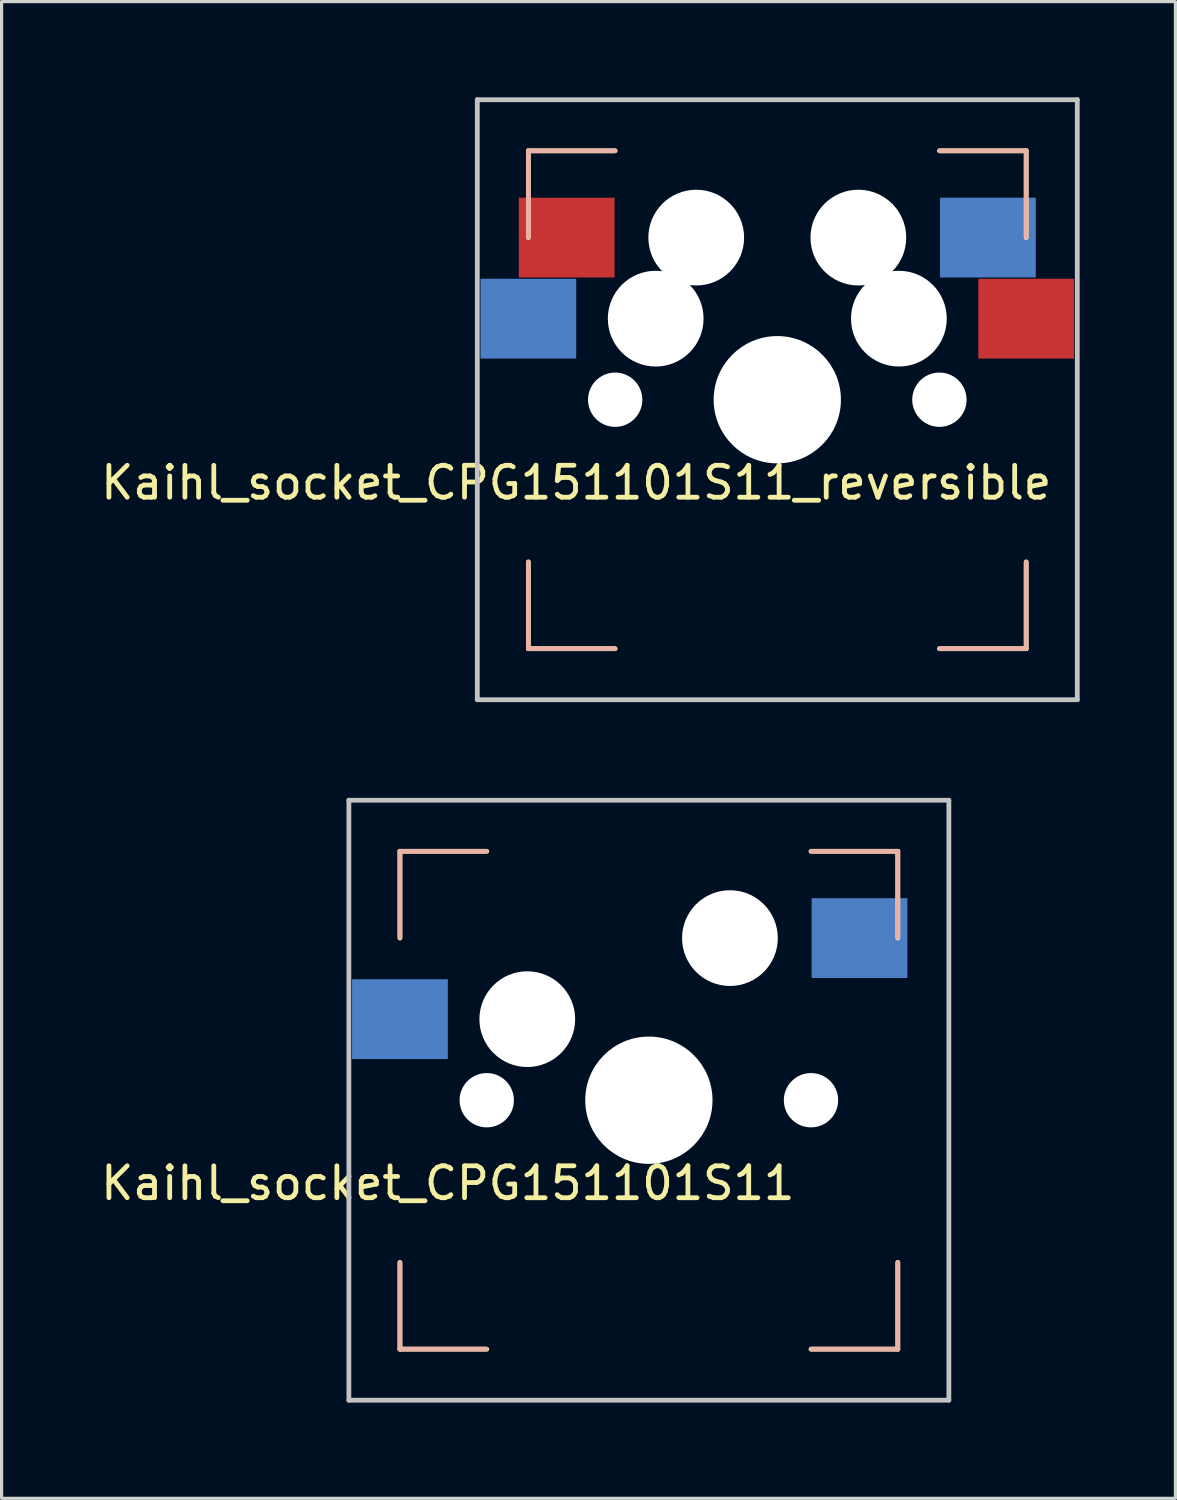
<source format=kicad_pcb>
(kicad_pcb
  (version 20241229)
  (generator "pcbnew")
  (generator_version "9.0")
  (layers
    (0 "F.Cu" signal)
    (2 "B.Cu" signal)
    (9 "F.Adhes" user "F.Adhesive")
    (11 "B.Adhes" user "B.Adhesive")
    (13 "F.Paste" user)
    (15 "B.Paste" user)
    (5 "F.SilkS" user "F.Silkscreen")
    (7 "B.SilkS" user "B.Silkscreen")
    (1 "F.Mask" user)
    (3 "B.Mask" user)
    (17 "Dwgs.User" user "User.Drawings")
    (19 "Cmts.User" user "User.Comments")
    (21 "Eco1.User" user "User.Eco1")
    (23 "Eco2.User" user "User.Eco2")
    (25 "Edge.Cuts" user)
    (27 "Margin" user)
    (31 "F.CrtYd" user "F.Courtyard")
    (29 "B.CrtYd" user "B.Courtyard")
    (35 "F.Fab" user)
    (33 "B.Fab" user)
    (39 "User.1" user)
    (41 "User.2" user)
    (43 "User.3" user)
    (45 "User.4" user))
  (footprint "Kaihl_socket_CPG151101S11_reversible"
    (layer "F.Cu")
    (at 21.306 9.475)
    (property "Reference" "Kaihl_socket_CPG151101S11_reversible" (at -6.3 2.6 0) (layer "F.SilkS") (effects (font (size 1 1) (thickness 0.15))))
    (attr through_hole)
    (fp_line (start -7.8 -7.8) (end -5.08 -7.8) (stroke (width 0.15) (type solid)) (layer "F.SilkS"))
    (fp_line (start -7.8 -5.08) (end -7.8 -7.8) (stroke (width 0.15) (type solid)) (layer "F.SilkS"))
    (fp_line (start -7.8 5.08) (end -7.8 7.8) (stroke (width 0.15) (type solid)) (layer "F.SilkS"))
    (fp_line (start -7.8 7.8) (end -5.08 7.8) (stroke (width 0.15) (type solid)) (layer "F.SilkS"))
    (fp_line (start 5.08 7.8) (end 7.8 7.8) (stroke (width 0.15) (type solid)) (layer "F.SilkS"))
    (fp_line (start 7.8 -7.8) (end 5.08 -7.8) (stroke (width 0.15) (type solid)) (layer "F.SilkS"))
    (fp_line (start 7.8 -5.08) (end 7.8 -7.8) (stroke (width 0.15) (type solid)) (layer "F.SilkS"))
    (fp_line (start 7.8 7.8) (end 7.8 5.08) (stroke (width 0.15) (type solid)) (layer "F.SilkS"))
    (fp_line (start -7.8 -7.8) (end -5.1 -7.8) (stroke (width 0.15) (type solid)) (layer "B.SilkS"))
    (fp_line (start -7.8 -5.1) (end -7.8 -7.8) (stroke (width 0.15) (type solid)) (layer "B.SilkS"))
    (fp_line (start -7.8 7.8) (end -7.8 5.1) (stroke (width 0.15) (type solid)) (layer "B.SilkS"))
    (fp_line (start -5.1 7.8) (end -7.8 7.8) (stroke (width 0.15) (type solid)) (layer "B.SilkS"))
    (fp_line (start 5.1 -7.8) (end 7.8 -7.8) (stroke (width 0.15) (type solid)) (layer "B.SilkS"))
    (fp_line (start 7.8 -7.8) (end 7.8 -5.1) (stroke (width 0.15) (type solid)) (layer "B.SilkS"))
    (fp_line (start 7.8 5.1) (end 7.8 7.8) (stroke (width 0.15) (type solid)) (layer "B.SilkS"))
    (fp_line (start 7.8 7.8) (end 5.1 7.8) (stroke (width 0.15) (type solid)) (layer "B.SilkS"))
    (fp_line (start -9.4 -9.4) (end 9.4 -9.4) (stroke (width 0.15) (type solid)) (layer "Dwgs.User"))
    (fp_line (start -9.4 9.4) (end -9.4 -9.4) (stroke (width 0.15) (type solid)) (layer "Dwgs.User"))
    (fp_line (start 9.4 -9.4) (end 9.4 9.4) (stroke (width 0.15) (type solid)) (layer "Dwgs.User"))
    (fp_line (start 9.4 9.4) (end -9.4 9.4) (stroke (width 0.15) (type solid)) (layer "Dwgs.User"))
    (pad "" np_thru_hole circle (at -5.08 0) (size 1.702 1.702) (drill 1.702) (layers "*.Cu" "*.Mask"))
    (pad "" np_thru_hole circle (at -3.81 -2.54) (size 3 3) (drill 3) (layers "*.Cu" "*.Mask"))
    (pad "" np_thru_hole circle (at -2.54 -5.08) (size 3 3) (drill 3) (layers "*.Cu" "*.Mask"))
    (pad "" np_thru_hole circle (at 0 0) (size 3.988 3.988) (drill 3.988) (layers "*.Cu" "*.Mask"))
    (pad "" np_thru_hole circle (at 2.54 -5.08) (size 3 3) (drill 3) (layers "*.Cu" "*.Mask"))
    (pad "" np_thru_hole circle (at 3.81 -2.54) (size 3 3) (drill 3) (layers "*.Cu" "*.Mask"))
    (pad "" np_thru_hole circle (at 5.08 0) (size 1.702 1.702) (drill 1.702) (layers "*.Cu" "*.Mask"))
    (pad "1" smd rect (at -6.6 -5.08) (size 3 2.5) (layers "F.Cu" "F.Mask" "F.Paste"))
    (pad "1" smd rect (at 6.6 -5.08) (size 3 2.5) (layers "B.Cu" "B.Mask" "B.Paste"))
    (pad "2" smd rect (at -7.8 -2.54) (size 3 2.5) (layers "B.Cu" "B.Mask" "B.Paste"))
    (pad "2" smd rect (at 7.8 -2.54) (size 3 2.5) (layers "F.Cu" "F.Mask" "F.Paste")))
  (footprint "Kaihl_socket_CPG151101S11"
    (layer "F.Cu")
    (at 17.282 31.425)
    (property "Reference" "Kaihl_socket_CPG151101S11" (at -6.3 2.6 0) (layer "F.SilkS") (effects (font (size 1 1) (thickness 0.15))))
    (attr through_hole)
    (fp_line (start -7.8 -7.8) (end -5.08 -7.8) (stroke (width 0.15) (type solid)) (layer "F.SilkS"))
    (fp_line (start -7.8 -5.08) (end -7.8 -7.8) (stroke (width 0.15) (type solid)) (layer "F.SilkS"))
    (fp_line (start -7.8 5.08) (end -7.8 7.8) (stroke (width 0.15) (type solid)) (layer "F.SilkS"))
    (fp_line (start -7.8 7.8) (end -5.08 7.8) (stroke (width 0.15) (type solid)) (layer "F.SilkS"))
    (fp_line (start 5.08 7.8) (end 7.8 7.8) (stroke (width 0.15) (type solid)) (layer "F.SilkS"))
    (fp_line (start 7.8 -7.8) (end 5.08 -7.8) (stroke (width 0.15) (type solid)) (layer "F.SilkS"))
    (fp_line (start 7.8 -5.08) (end 7.8 -7.8) (stroke (width 0.15) (type solid)) (layer "F.SilkS"))
    (fp_line (start 7.8 7.8) (end 7.8 5.08) (stroke (width 0.15) (type solid)) (layer "F.SilkS"))
    (fp_line (start -7.8 -7.8) (end -5.1 -7.8) (stroke (width 0.15) (type solid)) (layer "B.SilkS"))
    (fp_line (start -7.8 -5.1) (end -7.8 -7.8) (stroke (width 0.15) (type solid)) (layer "B.SilkS"))
    (fp_line (start -7.8 7.8) (end -7.8 5.1) (stroke (width 0.15) (type solid)) (layer "B.SilkS"))
    (fp_line (start -5.1 7.8) (end -7.8 7.8) (stroke (width 0.15) (type solid)) (layer "B.SilkS"))
    (fp_line (start 5.1 -7.8) (end 7.8 -7.8) (stroke (width 0.15) (type solid)) (layer "B.SilkS"))
    (fp_line (start 7.8 -7.8) (end 7.8 -5.1) (stroke (width 0.15) (type solid)) (layer "B.SilkS"))
    (fp_line (start 7.8 5.1) (end 7.8 7.8) (stroke (width 0.15) (type solid)) (layer "B.SilkS"))
    (fp_line (start 7.8 7.8) (end 5.1 7.8) (stroke (width 0.15) (type solid)) (layer "B.SilkS"))
    (fp_line (start -9.4 -9.4) (end 9.4 -9.4) (stroke (width 0.15) (type solid)) (layer "Dwgs.User"))
    (fp_line (start -9.4 9.4) (end -9.4 -9.4) (stroke (width 0.15) (type solid)) (layer "Dwgs.User"))
    (fp_line (start 9.4 -9.4) (end 9.4 9.4) (stroke (width 0.15) (type solid)) (layer "Dwgs.User"))
    (fp_line (start 9.4 9.4) (end -9.4 9.4) (stroke (width 0.15) (type solid)) (layer "Dwgs.User"))
    (pad "" np_thru_hole circle (at -5.08 0) (size 1.702 1.702) (drill 1.702) (layers "*.Cu" "*.Mask"))
    (pad "" np_thru_hole circle (at -3.81 -2.54) (size 3 3) (drill 3) (layers "*.Cu" "*.Mask"))
    (pad "" np_thru_hole circle (at 0 0) (size 3.988 3.988) (drill 3.988) (layers "*.Cu" "*.Mask"))
    (pad "" np_thru_hole circle (at 2.54 -5.08) (size 3 3) (drill 3) (layers "*.Cu" "*.Mask"))
    (pad "" np_thru_hole circle (at 5.08 0) (size 1.702 1.702) (drill 1.702) (layers "*.Cu" "*.Mask"))
    (pad "1" smd rect (at 6.6 -5.08) (size 3 2.5) (layers "B.Cu" "B.Mask" "B.Paste"))
    (pad "2" smd rect (at -7.8 -2.54) (size 3 2.5) (layers "B.Cu" "B.Mask" "B.Paste")))
  (gr_rect
    (start -3 -3)
    (end 33.781 43.9)
    (stroke (width 0.1) (type default))
    (fill no)
    (layer "Edge.Cuts")))
</source>
